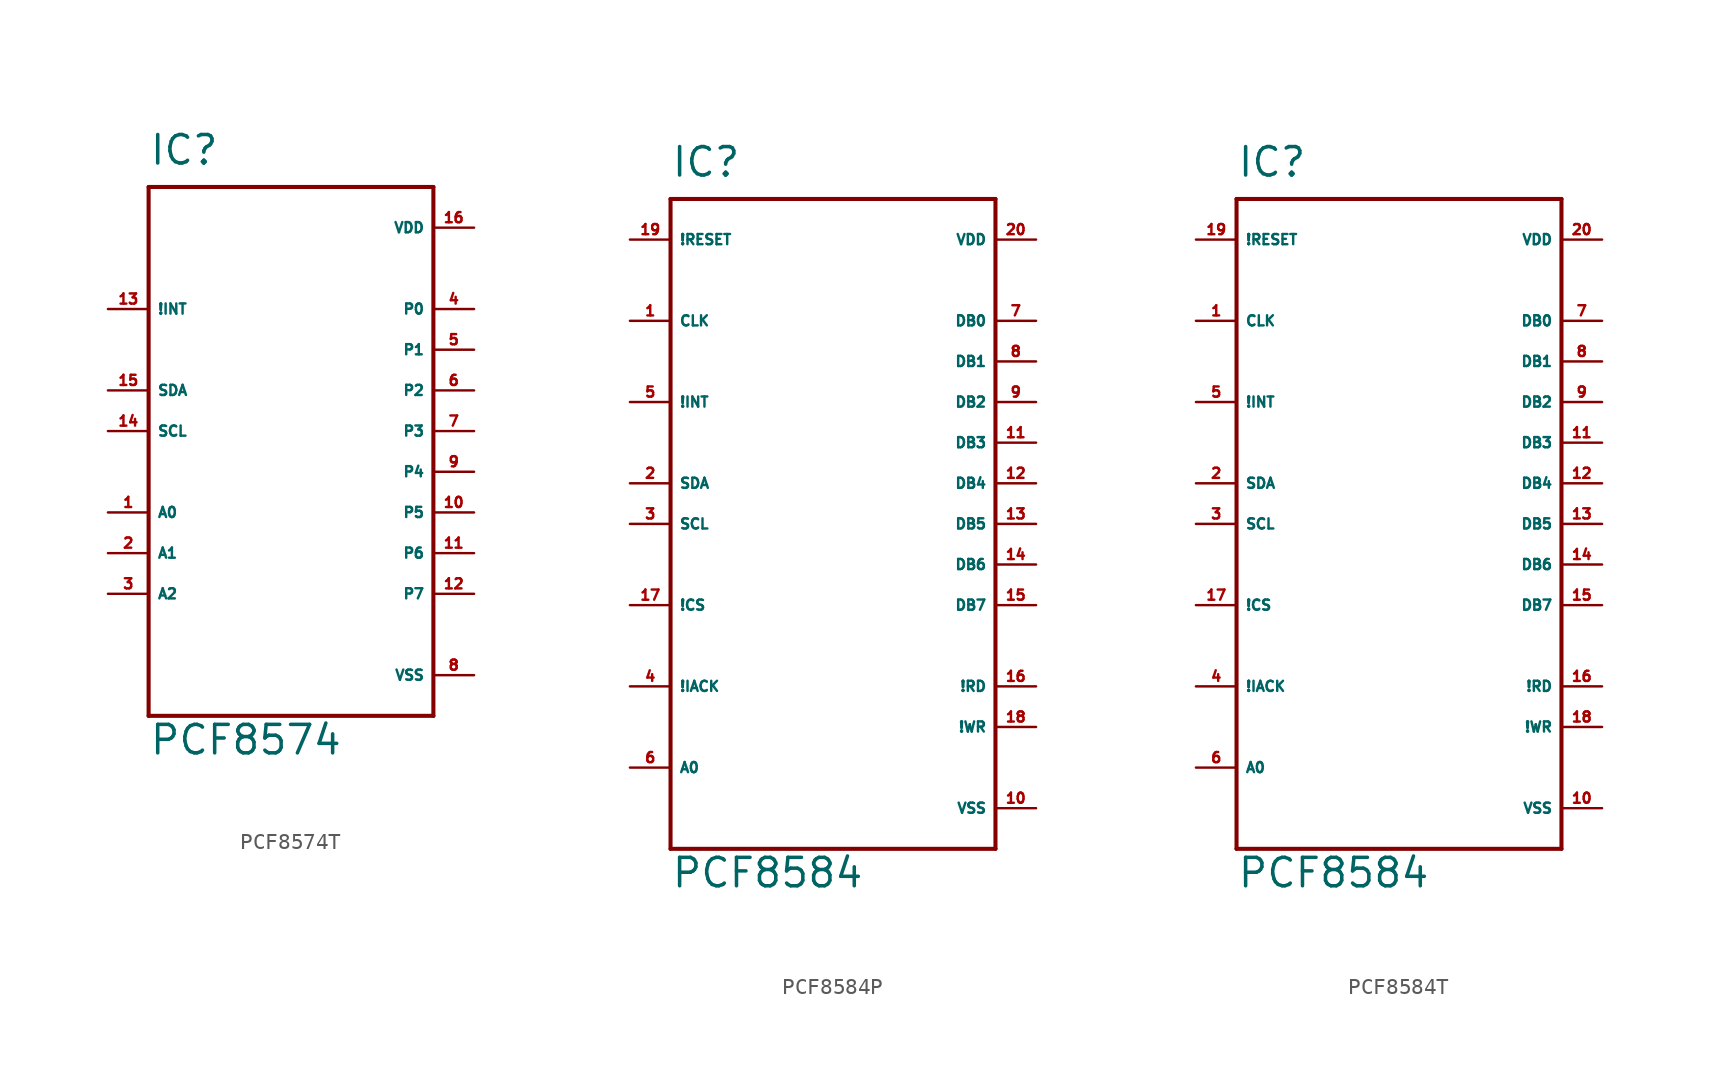
<source format=kicad_sym>
(kicad_symbol_lib
  (version 20220914)
  (generator Eagle2Kicad)
  (symbol "PCF8574T"
    (property "Reference" "IC"
      (at -7.62 16.51 0)
      (effects (font (size 1.778 1.778) (thickness 0.22)) (justify left bottom)))
    (property "Value" "PCF8574"
      (at -7.62 -20.32 0)
      (effects (font (size 1.778 1.778) (thickness 0.22)) (justify left bottom)))
    (polyline
      (pts (xy -7.62 15.24) (xy 10.16 15.24))
      (stroke (width 0.254) (type default))
      (fill (type none)))
    (polyline
      (pts (xy 10.16 15.24) (xy 10.16 -17.78))
      (stroke (width 0.254) (type default))
      (fill (type none)))
    (polyline
      (pts (xy 10.16 -17.78) (xy -7.62 -17.78))
      (stroke (width 0.254) (type default))
      (fill (type none)))
    (polyline
      (pts (xy -7.62 -17.78) (xy -7.62 15.24))
      (stroke (width 0.254) (type default))
      (fill (type none)))
    (pin input line
      (at -10.16 0 0)
      (length 2.54)
      (name "SCL" (effects (font (size 0.635 0.635) (thickness 0.08)) (justify left bottom)))
      (number "14" (effects (font (size 0.635 0.635) (thickness 0.08)) (justify left bottom))))
    (pin bidirectional line
      (at -10.16 2.54 0)
      (length 2.54)
      (name "SDA" (effects (font (size 0.635 0.635) (thickness 0.08)) (justify left bottom)))
      (number "15" (effects (font (size 0.635 0.635) (thickness 0.08)) (justify left bottom))))
    (pin input line
      (at -10.16 -5.08 0)
      (length 2.54)
      (name "A0" (effects (font (size 0.635 0.635) (thickness 0.08)) (justify left bottom)))
      (number "1" (effects (font (size 0.635 0.635) (thickness 0.08)) (justify left bottom))))
    (pin input line
      (at -10.16 -7.62 0)
      (length 2.54)
      (name "A1" (effects (font (size 0.635 0.635) (thickness 0.08)) (justify left bottom)))
      (number "2" (effects (font (size 0.635 0.635) (thickness 0.08)) (justify left bottom))))
    (pin input line
      (at -10.16 -10.16 0)
      (length 2.54)
      (name "A2" (effects (font (size 0.635 0.635) (thickness 0.08)) (justify left bottom)))
      (number "3" (effects (font (size 0.635 0.635) (thickness 0.08)) (justify left bottom))))
    (pin output line
      (at -10.16 7.62 0)
      (length 2.54)
      (name "!INT" (effects (font (size 0.635 0.635) (thickness 0.08)) (justify left bottom)))
      (number "13" (effects (font (size 0.635 0.635) (thickness 0.08)) (justify left bottom))))
    (pin unspecified line
      (at 12.7 -15.24 180)
      (length 2.54)
      (name "VSS" (effects (font (size 0.635 0.635) (thickness 0.08)) (justify left bottom)))
      (number "8" (effects (font (size 0.635 0.635) (thickness 0.08)) (justify left bottom))))
    (pin unspecified line
      (at 12.7 12.7 180)
      (length 2.54)
      (name "VDD" (effects (font (size 0.635 0.635) (thickness 0.08)) (justify left bottom)))
      (number "16" (effects (font (size 0.635 0.635) (thickness 0.08)) (justify left bottom))))
    (pin bidirectional line
      (at 12.7 7.62 180)
      (length 2.54)
      (name "P0" (effects (font (size 0.635 0.635) (thickness 0.08)) (justify left bottom)))
      (number "4" (effects (font (size 0.635 0.635) (thickness 0.08)) (justify left bottom))))
    (pin bidirectional line
      (at 12.7 5.08 180)
      (length 2.54)
      (name "P1" (effects (font (size 0.635 0.635) (thickness 0.08)) (justify left bottom)))
      (number "5" (effects (font (size 0.635 0.635) (thickness 0.08)) (justify left bottom))))
    (pin bidirectional line
      (at 12.7 2.54 180)
      (length 2.54)
      (name "P2" (effects (font (size 0.635 0.635) (thickness 0.08)) (justify left bottom)))
      (number "6" (effects (font (size 0.635 0.635) (thickness 0.08)) (justify left bottom))))
    (pin bidirectional line
      (at 12.7 0 180)
      (length 2.54)
      (name "P3" (effects (font (size 0.635 0.635) (thickness 0.08)) (justify left bottom)))
      (number "7" (effects (font (size 0.635 0.635) (thickness 0.08)) (justify left bottom))))
    (pin bidirectional line
      (at 12.7 -2.54 180)
      (length 2.54)
      (name "P4" (effects (font (size 0.635 0.635) (thickness 0.08)) (justify left bottom)))
      (number "9" (effects (font (size 0.635 0.635) (thickness 0.08)) (justify left bottom))))
    (pin bidirectional line
      (at 12.7 -5.08 180)
      (length 2.54)
      (name "P5" (effects (font (size 0.635 0.635) (thickness 0.08)) (justify left bottom)))
      (number "10" (effects (font (size 0.635 0.635) (thickness 0.08)) (justify left bottom))))
    (pin bidirectional line
      (at 12.7 -7.62 180)
      (length 2.54)
      (name "P6" (effects (font (size 0.635 0.635) (thickness 0.08)) (justify left bottom)))
      (number "11" (effects (font (size 0.635 0.635) (thickness 0.08)) (justify left bottom))))
    (pin bidirectional line
      (at 12.7 -10.16 180)
      (length 2.54)
      (name "P7" (effects (font (size 0.635 0.635) (thickness 0.08)) (justify left bottom)))
      (number "12" (effects (font (size 0.635 0.635) (thickness 0.08)) (justify left bottom)))))
  (symbol "PCF8584P"
    (property "Reference" "IC"
      (at -10.16 21.59 0)
      (effects (font (size 1.778 1.778) (thickness 0.22)) (justify left bottom)))
    (property "Value" "PCF8584"
      (at -10.16 -22.86 0)
      (effects (font (size 1.778 1.778) (thickness 0.22)) (justify left bottom)))
    (polyline
      (pts (xy -10.16 20.32) (xy 10.16 20.32))
      (stroke (width 0.254) (type default))
      (fill (type none)))
    (polyline
      (pts (xy 10.16 20.32) (xy 10.16 -20.32))
      (stroke (width 0.254) (type default))
      (fill (type none)))
    (polyline
      (pts (xy 10.16 -20.32) (xy -10.16 -20.32))
      (stroke (width 0.254) (type default))
      (fill (type none)))
    (polyline
      (pts (xy -10.16 -20.32) (xy -10.16 20.32))
      (stroke (width 0.254) (type default))
      (fill (type none)))
    (pin input line
      (at -12.7 -15.24 0)
      (length 2.54)
      (name "A0" (effects (font (size 0.635 0.635) (thickness 0.08)) (justify left bottom)))
      (number "6" (effects (font (size 0.635 0.635) (thickness 0.08)) (justify left bottom))))
    (pin input line
      (at -12.7 17.78 0)
      (length 2.54)
      (name "!RESET" (effects (font (size 0.635 0.635) (thickness 0.08)) (justify left bottom)))
      (number "19" (effects (font (size 0.635 0.635) (thickness 0.08)) (justify left bottom))))
    (pin bidirectional line
      (at -12.7 2.54 0)
      (length 2.54)
      (name "SDA" (effects (font (size 0.635 0.635) (thickness 0.08)) (justify left bottom)))
      (number "2" (effects (font (size 0.635 0.635) (thickness 0.08)) (justify left bottom))))
    (pin input line
      (at -12.7 0 0)
      (length 2.54)
      (name "SCL" (effects (font (size 0.635 0.635) (thickness 0.08)) (justify left bottom)))
      (number "3" (effects (font (size 0.635 0.635) (thickness 0.08)) (justify left bottom))))
    (pin input line
      (at 12.7 -10.16 180)
      (length 2.54)
      (name "!RD" (effects (font (size 0.635 0.635) (thickness 0.08)) (justify left bottom)))
      (number "16" (effects (font (size 0.635 0.635) (thickness 0.08)) (justify left bottom))))
    (pin input line
      (at -12.7 -5.08 0)
      (length 2.54)
      (name "!CS" (effects (font (size 0.635 0.635) (thickness 0.08)) (justify left bottom)))
      (number "17" (effects (font (size 0.635 0.635) (thickness 0.08)) (justify left bottom))))
    (pin input line
      (at 12.7 -12.7 180)
      (length 2.54)
      (name "!WR" (effects (font (size 0.635 0.635) (thickness 0.08)) (justify left bottom)))
      (number "18" (effects (font (size 0.635 0.635) (thickness 0.08)) (justify left bottom))))
    (pin output line
      (at -12.7 7.62 0)
      (length 2.54)
      (name "!INT" (effects (font (size 0.635 0.635) (thickness 0.08)) (justify left bottom)))
      (number "5" (effects (font (size 0.635 0.635) (thickness 0.08)) (justify left bottom))))
    (pin unspecified line
      (at 12.7 -17.78 180)
      (length 2.54)
      (name "VSS" (effects (font (size 0.635 0.635) (thickness 0.08)) (justify left bottom)))
      (number "10" (effects (font (size 0.635 0.635) (thickness 0.08)) (justify left bottom))))
    (pin unspecified line
      (at 12.7 17.78 180)
      (length 2.54)
      (name "VDD" (effects (font (size 0.635 0.635) (thickness 0.08)) (justify left bottom)))
      (number "20" (effects (font (size 0.635 0.635) (thickness 0.08)) (justify left bottom))))
    (pin input line
      (at -12.7 12.7 0)
      (length 2.54)
      (name "CLK" (effects (font (size 0.635 0.635) (thickness 0.08)) (justify left bottom)))
      (number "1" (effects (font (size 0.635 0.635) (thickness 0.08)) (justify left bottom))))
    (pin input line
      (at -12.7 -10.16 0)
      (length 2.54)
      (name "!IACK" (effects (font (size 0.635 0.635) (thickness 0.08)) (justify left bottom)))
      (number "4" (effects (font (size 0.635 0.635) (thickness 0.08)) (justify left bottom))))
    (pin bidirectional line
      (at 12.7 12.7 180)
      (length 2.54)
      (name "DB0" (effects (font (size 0.635 0.635) (thickness 0.08)) (justify left bottom)))
      (number "7" (effects (font (size 0.635 0.635) (thickness 0.08)) (justify left bottom))))
    (pin bidirectional line
      (at 12.7 10.16 180)
      (length 2.54)
      (name "DB1" (effects (font (size 0.635 0.635) (thickness 0.08)) (justify left bottom)))
      (number "8" (effects (font (size 0.635 0.635) (thickness 0.08)) (justify left bottom))))
    (pin bidirectional line
      (at 12.7 7.62 180)
      (length 2.54)
      (name "DB2" (effects (font (size 0.635 0.635) (thickness 0.08)) (justify left bottom)))
      (number "9" (effects (font (size 0.635 0.635) (thickness 0.08)) (justify left bottom))))
    (pin bidirectional line
      (at 12.7 5.08 180)
      (length 2.54)
      (name "DB3" (effects (font (size 0.635 0.635) (thickness 0.08)) (justify left bottom)))
      (number "11" (effects (font (size 0.635 0.635) (thickness 0.08)) (justify left bottom))))
    (pin bidirectional line
      (at 12.7 2.54 180)
      (length 2.54)
      (name "DB4" (effects (font (size 0.635 0.635) (thickness 0.08)) (justify left bottom)))
      (number "12" (effects (font (size 0.635 0.635) (thickness 0.08)) (justify left bottom))))
    (pin bidirectional line
      (at 12.7 0 180)
      (length 2.54)
      (name "DB5" (effects (font (size 0.635 0.635) (thickness 0.08)) (justify left bottom)))
      (number "13" (effects (font (size 0.635 0.635) (thickness 0.08)) (justify left bottom))))
    (pin bidirectional line
      (at 12.7 -2.54 180)
      (length 2.54)
      (name "DB6" (effects (font (size 0.635 0.635) (thickness 0.08)) (justify left bottom)))
      (number "14" (effects (font (size 0.635 0.635) (thickness 0.08)) (justify left bottom))))
    (pin bidirectional line
      (at 12.7 -5.08 180)
      (length 2.54)
      (name "DB7" (effects (font (size 0.635 0.635) (thickness 0.08)) (justify left bottom)))
      (number "15" (effects (font (size 0.635 0.635) (thickness 0.08)) (justify left bottom)))))
  (symbol "PCF8584T"
    (property "Reference" "IC"
      (at -10.16 21.59 0)
      (effects (font (size 1.778 1.778) (thickness 0.22)) (justify left bottom)))
    (property "Value" "PCF8584"
      (at -10.16 -22.86 0)
      (effects (font (size 1.778 1.778) (thickness 0.22)) (justify left bottom)))
    (polyline
      (pts (xy -10.16 20.32) (xy 10.16 20.32))
      (stroke (width 0.254) (type default))
      (fill (type none)))
    (polyline
      (pts (xy 10.16 20.32) (xy 10.16 -20.32))
      (stroke (width 0.254) (type default))
      (fill (type none)))
    (polyline
      (pts (xy 10.16 -20.32) (xy -10.16 -20.32))
      (stroke (width 0.254) (type default))
      (fill (type none)))
    (polyline
      (pts (xy -10.16 -20.32) (xy -10.16 20.32))
      (stroke (width 0.254) (type default))
      (fill (type none)))
    (pin input line
      (at -12.7 -15.24 0)
      (length 2.54)
      (name "A0" (effects (font (size 0.635 0.635) (thickness 0.08)) (justify left bottom)))
      (number "6" (effects (font (size 0.635 0.635) (thickness 0.08)) (justify left bottom))))
    (pin input line
      (at -12.7 17.78 0)
      (length 2.54)
      (name "!RESET" (effects (font (size 0.635 0.635) (thickness 0.08)) (justify left bottom)))
      (number "19" (effects (font (size 0.635 0.635) (thickness 0.08)) (justify left bottom))))
    (pin bidirectional line
      (at -12.7 2.54 0)
      (length 2.54)
      (name "SDA" (effects (font (size 0.635 0.635) (thickness 0.08)) (justify left bottom)))
      (number "2" (effects (font (size 0.635 0.635) (thickness 0.08)) (justify left bottom))))
    (pin input line
      (at -12.7 0 0)
      (length 2.54)
      (name "SCL" (effects (font (size 0.635 0.635) (thickness 0.08)) (justify left bottom)))
      (number "3" (effects (font (size 0.635 0.635) (thickness 0.08)) (justify left bottom))))
    (pin input line
      (at 12.7 -10.16 180)
      (length 2.54)
      (name "!RD" (effects (font (size 0.635 0.635) (thickness 0.08)) (justify left bottom)))
      (number "16" (effects (font (size 0.635 0.635) (thickness 0.08)) (justify left bottom))))
    (pin input line
      (at -12.7 -5.08 0)
      (length 2.54)
      (name "!CS" (effects (font (size 0.635 0.635) (thickness 0.08)) (justify left bottom)))
      (number "17" (effects (font (size 0.635 0.635) (thickness 0.08)) (justify left bottom))))
    (pin input line
      (at 12.7 -12.7 180)
      (length 2.54)
      (name "!WR" (effects (font (size 0.635 0.635) (thickness 0.08)) (justify left bottom)))
      (number "18" (effects (font (size 0.635 0.635) (thickness 0.08)) (justify left bottom))))
    (pin output line
      (at -12.7 7.62 0)
      (length 2.54)
      (name "!INT" (effects (font (size 0.635 0.635) (thickness 0.08)) (justify left bottom)))
      (number "5" (effects (font (size 0.635 0.635) (thickness 0.08)) (justify left bottom))))
    (pin unspecified line
      (at 12.7 -17.78 180)
      (length 2.54)
      (name "VSS" (effects (font (size 0.635 0.635) (thickness 0.08)) (justify left bottom)))
      (number "10" (effects (font (size 0.635 0.635) (thickness 0.08)) (justify left bottom))))
    (pin unspecified line
      (at 12.7 17.78 180)
      (length 2.54)
      (name "VDD" (effects (font (size 0.635 0.635) (thickness 0.08)) (justify left bottom)))
      (number "20" (effects (font (size 0.635 0.635) (thickness 0.08)) (justify left bottom))))
    (pin input line
      (at -12.7 12.7 0)
      (length 2.54)
      (name "CLK" (effects (font (size 0.635 0.635) (thickness 0.08)) (justify left bottom)))
      (number "1" (effects (font (size 0.635 0.635) (thickness 0.08)) (justify left bottom))))
    (pin input line
      (at -12.7 -10.16 0)
      (length 2.54)
      (name "!IACK" (effects (font (size 0.635 0.635) (thickness 0.08)) (justify left bottom)))
      (number "4" (effects (font (size 0.635 0.635) (thickness 0.08)) (justify left bottom))))
    (pin bidirectional line
      (at 12.7 12.7 180)
      (length 2.54)
      (name "DB0" (effects (font (size 0.635 0.635) (thickness 0.08)) (justify left bottom)))
      (number "7" (effects (font (size 0.635 0.635) (thickness 0.08)) (justify left bottom))))
    (pin bidirectional line
      (at 12.7 10.16 180)
      (length 2.54)
      (name "DB1" (effects (font (size 0.635 0.635) (thickness 0.08)) (justify left bottom)))
      (number "8" (effects (font (size 0.635 0.635) (thickness 0.08)) (justify left bottom))))
    (pin bidirectional line
      (at 12.7 7.62 180)
      (length 2.54)
      (name "DB2" (effects (font (size 0.635 0.635) (thickness 0.08)) (justify left bottom)))
      (number "9" (effects (font (size 0.635 0.635) (thickness 0.08)) (justify left bottom))))
    (pin bidirectional line
      (at 12.7 5.08 180)
      (length 2.54)
      (name "DB3" (effects (font (size 0.635 0.635) (thickness 0.08)) (justify left bottom)))
      (number "11" (effects (font (size 0.635 0.635) (thickness 0.08)) (justify left bottom))))
    (pin bidirectional line
      (at 12.7 2.54 180)
      (length 2.54)
      (name "DB4" (effects (font (size 0.635 0.635) (thickness 0.08)) (justify left bottom)))
      (number "12" (effects (font (size 0.635 0.635) (thickness 0.08)) (justify left bottom))))
    (pin bidirectional line
      (at 12.7 0 180)
      (length 2.54)
      (name "DB5" (effects (font (size 0.635 0.635) (thickness 0.08)) (justify left bottom)))
      (number "13" (effects (font (size 0.635 0.635) (thickness 0.08)) (justify left bottom))))
    (pin bidirectional line
      (at 12.7 -2.54 180)
      (length 2.54)
      (name "DB6" (effects (font (size 0.635 0.635) (thickness 0.08)) (justify left bottom)))
      (number "14" (effects (font (size 0.635 0.635) (thickness 0.08)) (justify left bottom))))
    (pin bidirectional line
      (at 12.7 -5.08 180)
      (length 2.54)
      (name "DB7" (effects (font (size 0.635 0.635) (thickness 0.08)) (justify left bottom)))
      (number "15" (effects (font (size 0.635 0.635) (thickness 0.08)) (justify left bottom))))))
</source>
